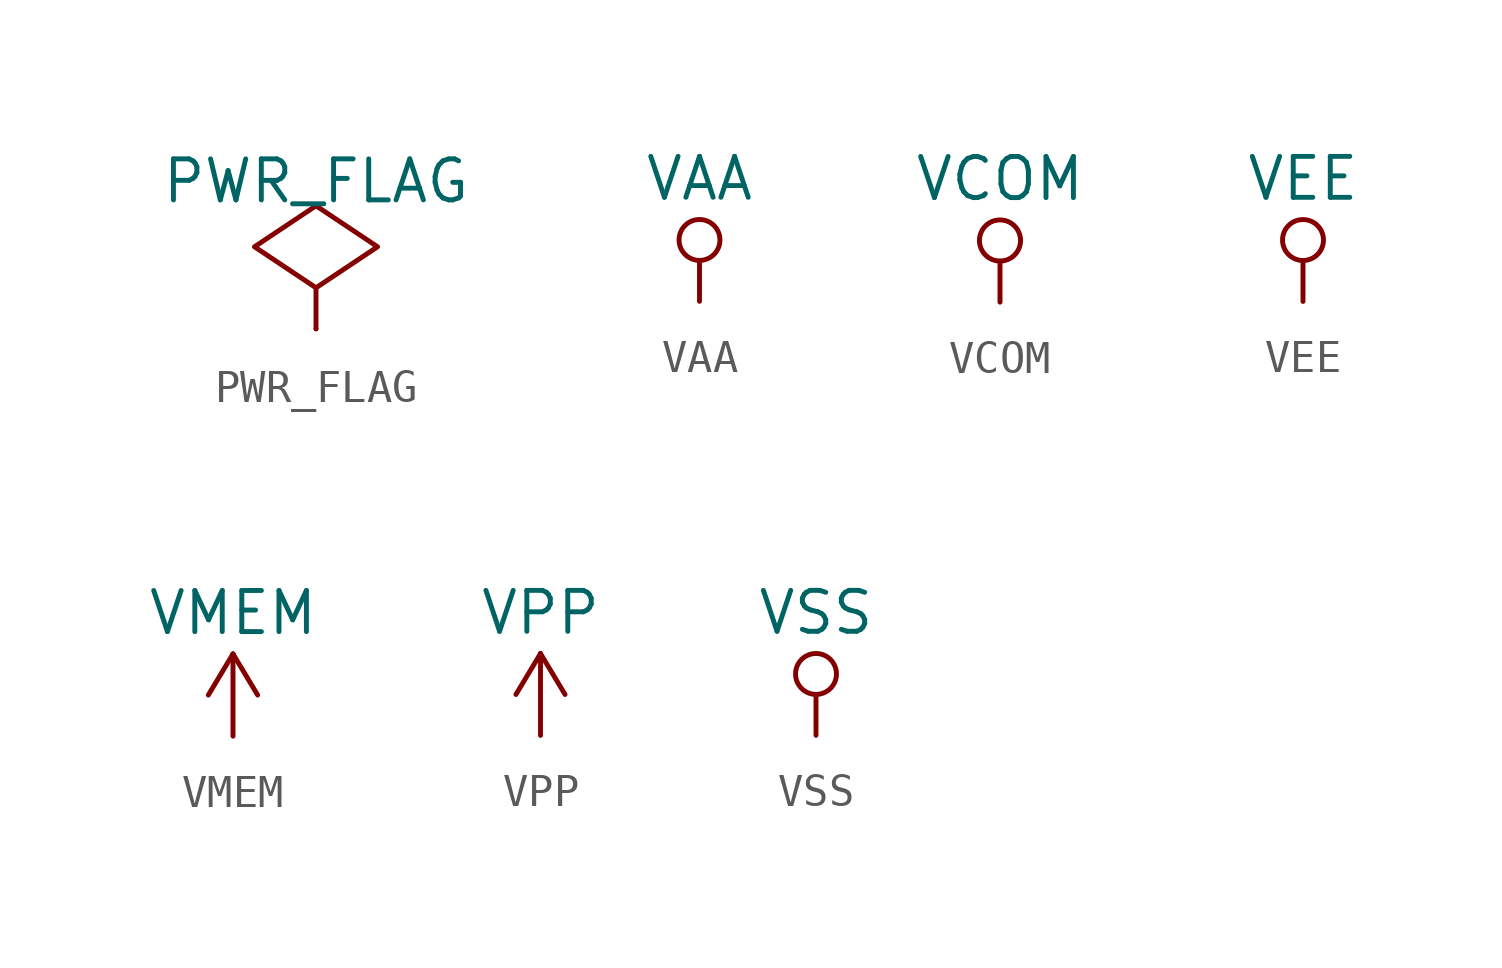
<source format=kicad_sym>
(kicad_symbol_lib
  (version 20211014)
  (generator kicad_symbol_editor)
  (symbol "PWR_FLAG"
    (power)
    (pin_numbers hide)
    (pin_names
      (offset 0) hide)
    (property "Reference" "#FLG"
      (at 0 2.413 0)
      (effects (font (size 1.27 1.27)) hide))
    (property "Value" "PWR_FLAG"
      (at 0 4.572 0)
      (effects (font (size 1.27 1.27))))
    (property "Footprint" ""
      (at 0 0 0)
      (effects (font (size 1.27 1.27))))
    (property "Datasheet" ""
      (at 0 0 0)
      (effects (font (size 1.27 1.27))))
    (symbol "PWR_FLAG_0_0"
      (pin power_out line (at 0 0 90) (length 0) (name "pwr" (effects (font (size 1.27 1.27)))) (number "1" (effects (font (size 1.27 1.27))))))
    (symbol "PWR_FLAG_0_1"
      (polyline (pts (xy 0 0) (xy 0 1.27) (xy -1.905 2.54) (xy 0 3.81) (xy 1.905 2.54) (xy 0 1.27)) (stroke (width 0) (type default) (color 0 0 0 0)) (fill (type none)))))
  (symbol "VAA"
    (power)
    (pin_names
      (offset 0))
    (property "Reference" "#PWR"
      (at 0 -3.81 0)
      (effects (font (size 1.27 1.27)) hide))
    (property "Value" "VAA"
      (at 0 3.81 0)
      (effects (font (size 1.27 1.27))))
    (property "Footprint" ""
      (at 0 0 0)
      (effects (font (size 1.27 1.27))))
    (property "Datasheet" ""
      (at 0 0 0)
      (effects (font (size 1.27 1.27))))
    (symbol "VAA_0_1"
      (polyline (pts (xy 0 0) (xy 0 1.27)) (stroke (width 0) (type default) (color 0 0 0 0)) (fill (type none)))
      (circle (center 0 1.905) (radius 0.635) (stroke (width 0) (type default) (color 0 0 0 0)) (fill (type none))))
    (symbol "VAA_1_1"
      (pin power_in line (at 0 0 90) (length 0) hide (name "VAA" (effects (font (size 1.27 1.27)))) (number "1" (effects (font (size 1.27 1.27)))))))
  (symbol "VCOM"
    (power)
    (pin_names
      (offset 0))
    (property "Reference" "#PWR"
      (at 0 -3.81 0)
      (effects (font (size 1.27 1.27)) hide))
    (property "Value" "VCOM"
      (at 0 3.81 0)
      (effects (font (size 1.27 1.27))))
    (property "Footprint" ""
      (at 0 0 0)
      (effects (font (size 1.27 1.27))))
    (property "Datasheet" ""
      (at 0 0 0)
      (effects (font (size 1.27 1.27))))
    (symbol "VCOM_0_1"
      (polyline (pts (xy 0 0) (xy 0 1.27)) (stroke (width 0) (type default) (color 0 0 0 0)) (fill (type none)))
      (circle (center 0 1.905) (radius 0.635) (stroke (width 0) (type default) (color 0 0 0 0)) (fill (type none))))
    (symbol "VCOM_1_1"
      (pin power_in line (at 0 0 90) (length 0) hide (name "VCOM" (effects (font (size 1.27 1.27)))) (number "1" (effects (font (size 1.27 1.27)))))))
  (symbol "VEE"
    (power)
    (pin_names
      (offset 0))
    (property "Reference" "#PWR"
      (at 0 -3.81 0)
      (effects (font (size 1.27 1.27)) hide))
    (property "Value" "VEE"
      (at 0 3.81 0)
      (effects (font (size 1.27 1.27))))
    (property "Footprint" ""
      (at 0 0 0)
      (effects (font (size 1.27 1.27))))
    (property "Datasheet" ""
      (at 0 0 0)
      (effects (font (size 1.27 1.27))))
    (symbol "VEE_0_1"
      (polyline (pts (xy 0 0) (xy 0 1.27)) (stroke (width 0) (type default) (color 0 0 0 0)) (fill (type none)))
      (circle (center 0 1.905) (radius 0.635) (stroke (width 0) (type default) (color 0 0 0 0)) (fill (type none))))
    (symbol "VEE_1_1"
      (pin power_in line (at 0 0 90) (length 0) hide (name "VEE" (effects (font (size 1.27 1.27)))) (number "1" (effects (font (size 1.27 1.27)))))))
  (symbol "VMEM"
    (power)
    (pin_names
      (offset 0))
    (property "Reference" "#PWR"
      (at 0 -3.81 0)
      (effects (font (size 1.27 1.27)) hide))
    (property "Value" "VMEM"
      (at 0 3.81 0)
      (effects (font (size 1.27 1.27))))
    (property "Footprint" ""
      (at 0 0 0)
      (effects (font (size 1.27 1.27))))
    (property "Datasheet" ""
      (at 0 0 0)
      (effects (font (size 1.27 1.27))))
    (symbol "VMEM_0_1"
      (polyline (pts (xy -0.762 1.27) (xy 0 2.54)) (stroke (width 0) (type default) (color 0 0 0 0)) (fill (type none)))
      (polyline (pts (xy 0 0) (xy 0 2.54)) (stroke (width 0) (type default) (color 0 0 0 0)) (fill (type none)))
      (polyline (pts (xy 0 2.54) (xy 0.762 1.27)) (stroke (width 0) (type default) (color 0 0 0 0)) (fill (type none))))
    (symbol "VMEM_1_1"
      (pin power_in line (at 0 0 90) (length 0) hide (name "VMEM" (effects (font (size 1.27 1.27)))) (number "1" (effects (font (size 1.27 1.27)))))))
  (symbol "VPP"
    (power)
    (pin_names
      (offset 0))
    (property "Reference" "#PWR"
      (at 0 -3.81 0)
      (effects (font (size 1.27 1.27)) hide))
    (property "Value" "VPP"
      (at 0 3.81 0)
      (effects (font (size 1.27 1.27))))
    (property "Footprint" ""
      (at 0 0 0)
      (effects (font (size 1.27 1.27))))
    (property "Datasheet" ""
      (at 0 0 0)
      (effects (font (size 1.27 1.27))))
    (symbol "VPP_0_1"
      (polyline (pts (xy -0.762 1.27) (xy 0 2.54)) (stroke (width 0) (type default) (color 0 0 0 0)) (fill (type none)))
      (polyline (pts (xy 0 0) (xy 0 2.54)) (stroke (width 0) (type default) (color 0 0 0 0)) (fill (type none)))
      (polyline (pts (xy 0 2.54) (xy 0.762 1.27)) (stroke (width 0) (type default) (color 0 0 0 0)) (fill (type none))))
    (symbol "VPP_1_1"
      (pin power_in line (at 0 0 90) (length 0) hide (name "VPP" (effects (font (size 1.27 1.27)))) (number "1" (effects (font (size 1.27 1.27)))))))
  (symbol "VSS"
    (power)
    (pin_names
      (offset 0))
    (property "Reference" "#PWR"
      (at 0 -3.81 0)
      (effects (font (size 1.27 1.27)) hide))
    (property "Value" "VSS"
      (at 0 3.81 0)
      (effects (font (size 1.27 1.27))))
    (property "Footprint" ""
      (at 0 0 0)
      (effects (font (size 1.27 1.27))))
    (property "Datasheet" ""
      (at 0 0 0)
      (effects (font (size 1.27 1.27))))
    (symbol "VSS_0_1"
      (polyline (pts (xy 0 0) (xy 0 1.27)) (stroke (width 0) (type default) (color 0 0 0 0)) (fill (type none)))
      (circle (center 0 1.905) (radius 0.635) (stroke (width 0) (type default) (color 0 0 0 0)) (fill (type none))))
    (symbol "VSS_1_1"
      (pin power_in line (at 0 0 90) (length 0) hide (name "VSS" (effects (font (size 1.27 1.27)))) (number "1" (effects (font (size 1.27 1.27))))))))
</source>
